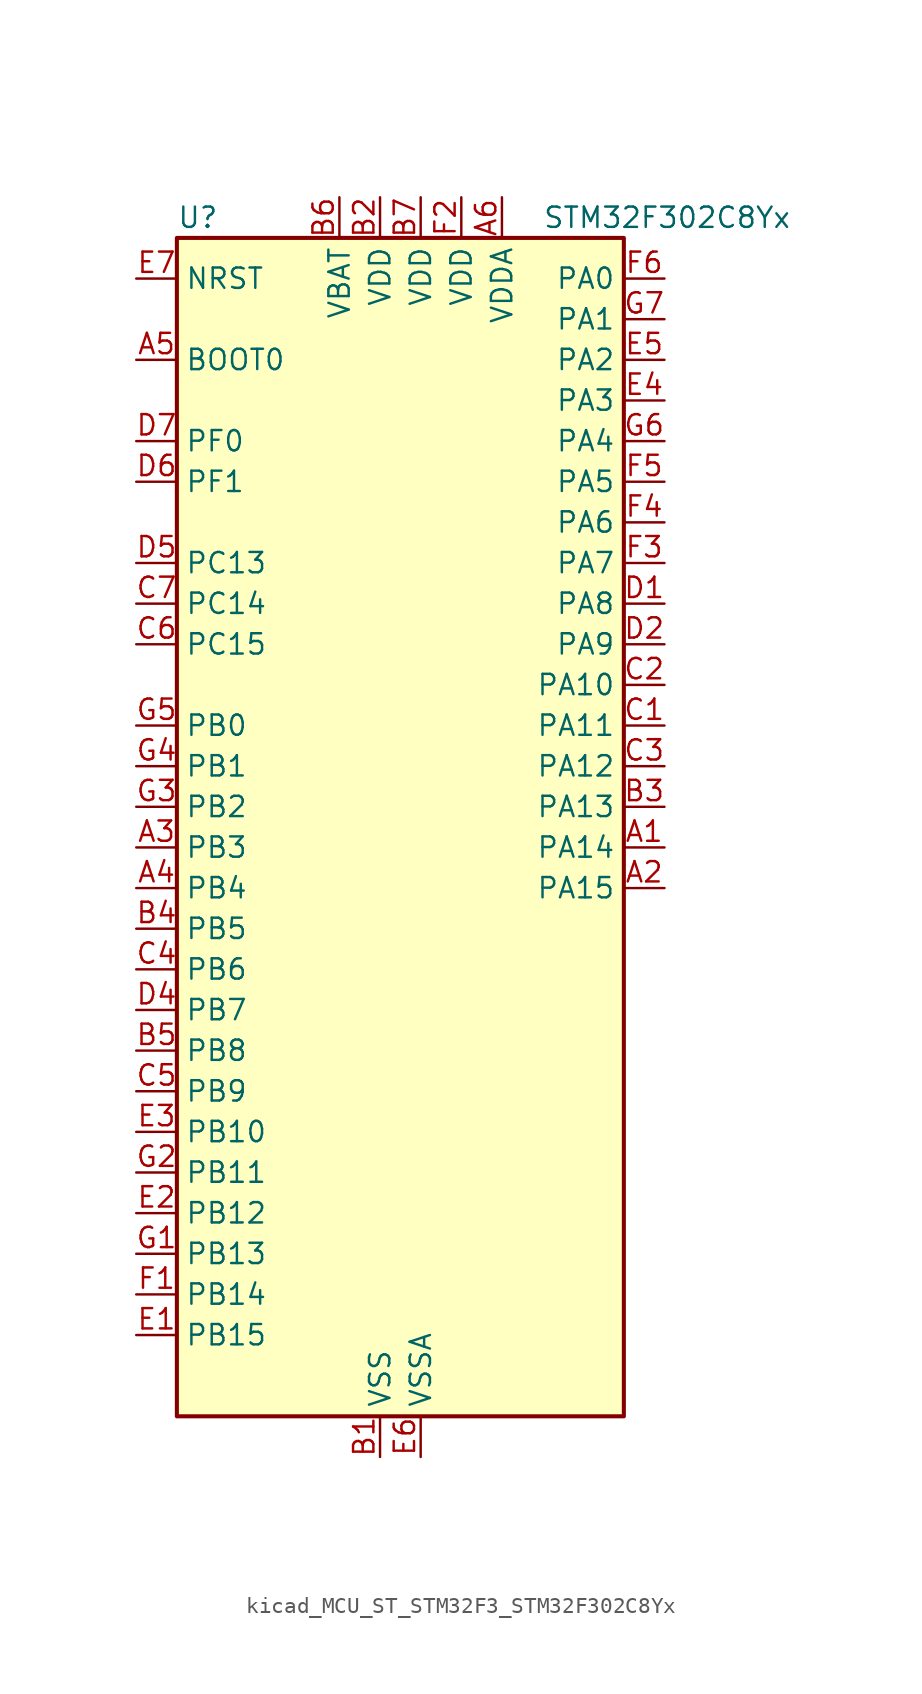
<source format=kicad_sym>
(kicad_symbol_lib
  (version 20220914)
  (generator kicad_symbol_editor)
  (symbol "kicad_MCU_ST_STM32F3_STM32F302C8Yx"
    (property "Reference" "U"
      (at -12.7 39.37 0)
      (effects (font (size 1.27 1.27)) (justify left)))
    (property "Value" "STM32F302C8Yx"
      (at 10.16 39.37 0)
      (effects (font (size 1.27 1.27)) (justify left)))
    (property "ki_locked" ""
      (at 0 0 0)
      (effects (font (size 1.27 1.27))))
    (symbol "kicad_MCU_ST_STM32F3_STM32F302C8Yx_0_1"
      (rectangle (start -12.7 -35.56) (end 15.24 38.1) (stroke (width 0.254) (type default)) (fill (type background))))
    (symbol "kicad_MCU_ST_STM32F3_STM32F302C8Yx_1_1"
      (pin bidirectional line (at 17.78 0 180) (length 2.54) (name "PA14" (effects (font (size 1.27 1.27)))) (number "A1" (effects (font (size 1.27 1.27)))) (alternate "I2C1_SDA" bidirectional line) (alternate "SYS_JTCK-SWCLK" bidirectional line) (alternate "TIM1_BKIN" bidirectional line) (alternate "TSC_G4_IO4" bidirectional line) (alternate "USART2_TX" bidirectional line))
      (pin bidirectional line (at 17.78 -2.54 180) (length 2.54) (name "PA15" (effects (font (size 1.27 1.27)))) (number "A2" (effects (font (size 1.27 1.27)))) (alternate "ADC1_EXTI15" bidirectional line) (alternate "I2C1_SCL" bidirectional line) (alternate "I2S3_WS" bidirectional line) (alternate "SPI3_NSS" bidirectional line) (alternate "SYS_JTDI" bidirectional line) (alternate "TIM1_BKIN" bidirectional line) (alternate "TIM2_CH1" bidirectional line) (alternate "TIM2_ETR" bidirectional line) (alternate "TSC_SYNC" bidirectional line) (alternate "USART2_RX" bidirectional line))
      (pin bidirectional line (at -15.24 0 0) (length 2.54) (name "PB3" (effects (font (size 1.27 1.27)))) (number "A3" (effects (font (size 1.27 1.27)))) (alternate "I2S3_CK" bidirectional line) (alternate "SPI3_SCK" bidirectional line) (alternate "SYS_JTDO-TRACESWO" bidirectional line) (alternate "TIM2_CH2" bidirectional line) (alternate "TSC_G5_IO1" bidirectional line) (alternate "USART2_TX" bidirectional line))
      (pin bidirectional line (at -15.24 -2.54 0) (length 2.54) (name "PB4" (effects (font (size 1.27 1.27)))) (number "A4" (effects (font (size 1.27 1.27)))) (alternate "I2S3_ext_SD" bidirectional line) (alternate "SPI3_MISO" bidirectional line) (alternate "SYS_NJTRST" bidirectional line) (alternate "TIM16_CH1" bidirectional line) (alternate "TIM17_BKIN" bidirectional line) (alternate "TSC_G5_IO2" bidirectional line) (alternate "USART2_RX" bidirectional line))
      (pin input line (at -15.24 30.48 0) (length 2.54) (name "BOOT0" (effects (font (size 1.27 1.27)))) (number "A5" (effects (font (size 1.27 1.27)))))
      (pin power_in line (at 7.62 40.64 270) (length 2.54) (name "VDDA" (effects (font (size 1.27 1.27)))) (number "A6" (effects (font (size 1.27 1.27)))))
      (pin no_connect line (at -12.7 -35.56 0) (length 2.54) hide (name "NC" (effects (font (size 1.27 1.27)))) (number "A7" (effects (font (size 1.27 1.27)))))
      (pin power_in line (at 0 -38.1 90) (length 2.54) (name "VSS" (effects (font (size 1.27 1.27)))) (number "B1" (effects (font (size 1.27 1.27)))))
      (pin power_in line (at 0 40.64 270) (length 2.54) (name "VDD" (effects (font (size 1.27 1.27)))) (number "B2" (effects (font (size 1.27 1.27)))))
      (pin bidirectional line (at 17.78 2.54 180) (length 2.54) (name "PA13" (effects (font (size 1.27 1.27)))) (number "B3" (effects (font (size 1.27 1.27)))) (alternate "IR_OUT" bidirectional line) (alternate "SYS_JTMS-SWDIO" bidirectional line) (alternate "TIM16_CH1N" bidirectional line) (alternate "TSC_G4_IO3" bidirectional line) (alternate "USART3_CTS" bidirectional line))
      (pin bidirectional line (at -15.24 -5.08 0) (length 2.54) (name "PB5" (effects (font (size 1.27 1.27)))) (number "B4" (effects (font (size 1.27 1.27)))) (alternate "I2C1_SMBA" bidirectional line) (alternate "I2C3_SDA" bidirectional line) (alternate "I2S3_SD" bidirectional line) (alternate "SPI3_MOSI" bidirectional line) (alternate "TIM16_BKIN" bidirectional line) (alternate "TIM17_CH1" bidirectional line) (alternate "USART2_CK" bidirectional line))
      (pin bidirectional line (at -15.24 -12.7 0) (length 2.54) (name "PB8" (effects (font (size 1.27 1.27)))) (number "B5" (effects (font (size 1.27 1.27)))) (alternate "CAN_RX" bidirectional line) (alternate "I2C1_SCL" bidirectional line) (alternate "TIM16_CH1" bidirectional line) (alternate "TIM1_BKIN" bidirectional line) (alternate "TSC_SYNC" bidirectional line) (alternate "USART3_RX" bidirectional line))
      (pin power_in line (at -2.54 40.64 270) (length 2.54) (name "VBAT" (effects (font (size 1.27 1.27)))) (number "B6" (effects (font (size 1.27 1.27)))))
      (pin power_in line (at 2.54 40.64 270) (length 2.54) (name "VDD" (effects (font (size 1.27 1.27)))) (number "B7" (effects (font (size 1.27 1.27)))))
      (pin bidirectional line (at 17.78 7.62 180) (length 2.54) (name "PA11" (effects (font (size 1.27 1.27)))) (number "C1" (effects (font (size 1.27 1.27)))) (alternate "ADC1_EXTI11" bidirectional line) (alternate "CAN_RX" bidirectional line) (alternate "I2S2_SD" bidirectional line) (alternate "SPI2_MOSI" bidirectional line) (alternate "TIM1_BKIN2" bidirectional line) (alternate "TIM1_CH1N" bidirectional line) (alternate "TIM1_CH4" bidirectional line) (alternate "USART1_CTS" bidirectional line) (alternate "USB_DM" bidirectional line))
      (pin bidirectional line (at 17.78 10.16 180) (length 2.54) (name "PA10" (effects (font (size 1.27 1.27)))) (number "C2" (effects (font (size 1.27 1.27)))) (alternate "COMP6_OUT" bidirectional line) (alternate "I2C2_SDA" bidirectional line) (alternate "I2S2_ext_SD" bidirectional line) (alternate "SPI2_MISO" bidirectional line) (alternate "TIM17_BKIN" bidirectional line) (alternate "TIM1_CH3" bidirectional line) (alternate "TIM2_CH4" bidirectional line) (alternate "TSC_G4_IO2" bidirectional line) (alternate "USART1_RX" bidirectional line))
      (pin bidirectional line (at 17.78 5.08 180) (length 2.54) (name "PA12" (effects (font (size 1.27 1.27)))) (number "C3" (effects (font (size 1.27 1.27)))) (alternate "CAN_TX" bidirectional line) (alternate "COMP2_OUT" bidirectional line) (alternate "I2S_CKIN" bidirectional line) (alternate "TIM16_CH1" bidirectional line) (alternate "TIM1_CH2N" bidirectional line) (alternate "TIM1_ETR" bidirectional line) (alternate "USART1_DE" bidirectional line) (alternate "USART1_RTS" bidirectional line) (alternate "USB_DP" bidirectional line))
      (pin bidirectional line (at -15.24 -7.62 0) (length 2.54) (name "PB6" (effects (font (size 1.27 1.27)))) (number "C4" (effects (font (size 1.27 1.27)))) (alternate "I2C1_SCL" bidirectional line) (alternate "TIM16_CH1N" bidirectional line) (alternate "TSC_G5_IO3" bidirectional line) (alternate "USART1_TX" bidirectional line))
      (pin bidirectional line (at -15.24 -15.24 0) (length 2.54) (name "PB9" (effects (font (size 1.27 1.27)))) (number "C5" (effects (font (size 1.27 1.27)))) (alternate "CAN_TX" bidirectional line) (alternate "COMP2_OUT" bidirectional line) (alternate "DAC_EXTI9" bidirectional line) (alternate "I2C1_SDA" bidirectional line) (alternate "IR_OUT" bidirectional line) (alternate "TIM17_CH1" bidirectional line) (alternate "USART3_TX" bidirectional line))
      (pin bidirectional line (at -15.24 12.7 0) (length 2.54) (name "PC15" (effects (font (size 1.27 1.27)))) (number "C6" (effects (font (size 1.27 1.27)))) (alternate "ADC1_EXTI15" bidirectional line) (alternate "RCC_OSC32_OUT" bidirectional line))
      (pin bidirectional line (at -15.24 15.24 0) (length 2.54) (name "PC14" (effects (font (size 1.27 1.27)))) (number "C7" (effects (font (size 1.27 1.27)))) (alternate "RCC_OSC32_IN" bidirectional line))
      (pin bidirectional line (at 17.78 15.24 180) (length 2.54) (name "PA8" (effects (font (size 1.27 1.27)))) (number "D1" (effects (font (size 1.27 1.27)))) (alternate "I2C2_SMBA" bidirectional line) (alternate "I2C3_SCL" bidirectional line) (alternate "I2S2_MCK" bidirectional line) (alternate "RCC_MCO" bidirectional line) (alternate "TIM1_CH1" bidirectional line) (alternate "USART1_CK" bidirectional line))
      (pin bidirectional line (at 17.78 12.7 180) (length 2.54) (name "PA9" (effects (font (size 1.27 1.27)))) (number "D2" (effects (font (size 1.27 1.27)))) (alternate "DAC_EXTI9" bidirectional line) (alternate "I2C2_SCL" bidirectional line) (alternate "I2C3_SMBA" bidirectional line) (alternate "I2S3_MCK" bidirectional line) (alternate "TIM15_BKIN" bidirectional line) (alternate "TIM1_CH2" bidirectional line) (alternate "TIM2_CH3" bidirectional line) (alternate "TSC_G4_IO1" bidirectional line) (alternate "USART1_TX" bidirectional line))
      (pin passive line (at 0 -38.1 90) (length 2.54) hide (name "VSS" (effects (font (size 1.27 1.27)))) (number "D3" (effects (font (size 1.27 1.27)))))
      (pin bidirectional line (at -15.24 -10.16 0) (length 2.54) (name "PB7" (effects (font (size 1.27 1.27)))) (number "D4" (effects (font (size 1.27 1.27)))) (alternate "I2C1_SDA" bidirectional line) (alternate "TIM17_CH1N" bidirectional line) (alternate "TSC_G5_IO4" bidirectional line) (alternate "USART1_RX" bidirectional line))
      (pin bidirectional line (at -15.24 17.78 0) (length 2.54) (name "PC13" (effects (font (size 1.27 1.27)))) (number "D5" (effects (font (size 1.27 1.27)))) (alternate "RTC_OUT_ALARM" bidirectional line) (alternate "RTC_OUT_CALIB" bidirectional line) (alternate "RTC_TAMP1" bidirectional line) (alternate "RTC_TS" bidirectional line) (alternate "SYS_WKUP2" bidirectional line) (alternate "TIM1_CH1N" bidirectional line))
      (pin bidirectional line (at -15.24 22.86 0) (length 2.54) (name "PF1" (effects (font (size 1.27 1.27)))) (number "D6" (effects (font (size 1.27 1.27)))) (alternate "I2C2_SCL" bidirectional line) (alternate "I2S2_CK" bidirectional line) (alternate "RCC_OSC_OUT" bidirectional line) (alternate "SPI2_SCK" bidirectional line))
      (pin bidirectional line (at -15.24 25.4 0) (length 2.54) (name "PF0" (effects (font (size 1.27 1.27)))) (number "D7" (effects (font (size 1.27 1.27)))) (alternate "I2C2_SDA" bidirectional line) (alternate "I2S2_WS" bidirectional line) (alternate "RCC_OSC_IN" bidirectional line) (alternate "SPI2_NSS" bidirectional line) (alternate "TIM1_CH3N" bidirectional line))
      (pin bidirectional line (at -15.24 -30.48 0) (length 2.54) (name "PB15" (effects (font (size 1.27 1.27)))) (number "E1" (effects (font (size 1.27 1.27)))) (alternate "ADC1_EXTI15" bidirectional line) (alternate "COMP6_INM" bidirectional line) (alternate "I2S2_SD" bidirectional line) (alternate "RTC_REFIN" bidirectional line) (alternate "SPI2_MOSI" bidirectional line) (alternate "TIM15_CH1N" bidirectional line) (alternate "TIM15_CH2" bidirectional line) (alternate "TIM1_CH3N" bidirectional line))
      (pin bidirectional line (at -15.24 -22.86 0) (length 2.54) (name "PB12" (effects (font (size 1.27 1.27)))) (number "E2" (effects (font (size 1.27 1.27)))) (alternate "I2C2_SMBA" bidirectional line) (alternate "I2S2_WS" bidirectional line) (alternate "SPI2_NSS" bidirectional line) (alternate "TIM1_BKIN" bidirectional line) (alternate "TSC_G6_IO2" bidirectional line) (alternate "USART3_CK" bidirectional line))
      (pin bidirectional line (at -15.24 -17.78 0) (length 2.54) (name "PB10" (effects (font (size 1.27 1.27)))) (number "E3" (effects (font (size 1.27 1.27)))) (alternate "TIM2_CH3" bidirectional line) (alternate "TSC_SYNC" bidirectional line) (alternate "USART3_TX" bidirectional line))
      (pin bidirectional line (at 17.78 27.94 180) (length 2.54) (name "PA3" (effects (font (size 1.27 1.27)))) (number "E4" (effects (font (size 1.27 1.27)))) (alternate "ADC1_IN4" bidirectional line) (alternate "TIM15_CH2" bidirectional line) (alternate "TIM2_CH4" bidirectional line) (alternate "TSC_G1_IO4" bidirectional line) (alternate "USART2_RX" bidirectional line))
      (pin bidirectional line (at 17.78 30.48 180) (length 2.54) (name "PA2" (effects (font (size 1.27 1.27)))) (number "E5" (effects (font (size 1.27 1.27)))) (alternate "ADC1_IN3" bidirectional line) (alternate "COMP2_INM" bidirectional line) (alternate "COMP2_OUT" bidirectional line) (alternate "TIM15_CH1" bidirectional line) (alternate "TIM2_CH3" bidirectional line) (alternate "TSC_G1_IO3" bidirectional line) (alternate "USART2_TX" bidirectional line))
      (pin power_in line (at 2.54 -38.1 90) (length 2.54) (name "VSSA" (effects (font (size 1.27 1.27)))) (number "E6" (effects (font (size 1.27 1.27)))))
      (pin input line (at -15.24 35.56 0) (length 2.54) (name "NRST" (effects (font (size 1.27 1.27)))) (number "E7" (effects (font (size 1.27 1.27)))))
      (pin bidirectional line (at -15.24 -27.94 0) (length 2.54) (name "PB14" (effects (font (size 1.27 1.27)))) (number "F1" (effects (font (size 1.27 1.27)))) (alternate "I2S2_ext_SD" bidirectional line) (alternate "OPAMP2_VINP" bidirectional line) (alternate "OPAMP2_VINP_SEC" bidirectional line) (alternate "SPI2_MISO" bidirectional line) (alternate "TIM15_CH1" bidirectional line) (alternate "TIM1_CH2N" bidirectional line) (alternate "TSC_G6_IO4" bidirectional line) (alternate "USART3_DE" bidirectional line) (alternate "USART3_RTS" bidirectional line))
      (pin power_in line (at 5.08 40.64 270) (length 2.54) (name "VDD" (effects (font (size 1.27 1.27)))) (number "F2" (effects (font (size 1.27 1.27)))))
      (pin bidirectional line (at 17.78 17.78 180) (length 2.54) (name "PA7" (effects (font (size 1.27 1.27)))) (number "F3" (effects (font (size 1.27 1.27)))) (alternate "ADC1_IN15" bidirectional line) (alternate "COMP2_INP" bidirectional line) (alternate "OPAMP2_VINP" bidirectional line) (alternate "OPAMP2_VINP_SEC" bidirectional line) (alternate "TIM17_CH1" bidirectional line) (alternate "TIM1_CH1N" bidirectional line) (alternate "TSC_G2_IO4" bidirectional line))
      (pin bidirectional line (at 17.78 20.32 180) (length 2.54) (name "PA6" (effects (font (size 1.27 1.27)))) (number "F4" (effects (font (size 1.27 1.27)))) (alternate "ADC1_IN10" bidirectional line) (alternate "OPAMP2_VOUT" bidirectional line) (alternate "TIM16_CH1" bidirectional line) (alternate "TIM1_BKIN" bidirectional line) (alternate "TSC_G2_IO3" bidirectional line))
      (pin bidirectional line (at 17.78 22.86 180) (length 2.54) (name "PA5" (effects (font (size 1.27 1.27)))) (number "F5" (effects (font (size 1.27 1.27)))) (alternate "OPAMP2_VINM" bidirectional line) (alternate "OPAMP2_VINM_SEC" bidirectional line) (alternate "TIM2_CH1" bidirectional line) (alternate "TIM2_ETR" bidirectional line) (alternate "TSC_G2_IO2" bidirectional line))
      (pin bidirectional line (at 17.78 35.56 180) (length 2.54) (name "PA0" (effects (font (size 1.27 1.27)))) (number "F6" (effects (font (size 1.27 1.27)))) (alternate "ADC1_IN1" bidirectional line) (alternate "RTC_TAMP2" bidirectional line) (alternate "SYS_WKUP1" bidirectional line) (alternate "TIM2_CH1" bidirectional line) (alternate "TIM2_ETR" bidirectional line) (alternate "TSC_G1_IO1" bidirectional line) (alternate "USART2_CTS" bidirectional line))
      (pin passive line (at 0 -38.1 90) (length 2.54) hide (name "VSS" (effects (font (size 1.27 1.27)))) (number "F7" (effects (font (size 1.27 1.27)))))
      (pin bidirectional line (at -15.24 -25.4 0) (length 2.54) (name "PB13" (effects (font (size 1.27 1.27)))) (number "G1" (effects (font (size 1.27 1.27)))) (alternate "ADC1_IN13" bidirectional line) (alternate "I2S2_CK" bidirectional line) (alternate "SPI2_SCK" bidirectional line) (alternate "TIM1_CH1N" bidirectional line) (alternate "TSC_G6_IO3" bidirectional line) (alternate "USART3_CTS" bidirectional line))
      (pin bidirectional line (at -15.24 -20.32 0) (length 2.54) (name "PB11" (effects (font (size 1.27 1.27)))) (number "G2" (effects (font (size 1.27 1.27)))) (alternate "ADC1_EXTI11" bidirectional line) (alternate "ADC1_IN14" bidirectional line) (alternate "COMP6_INP" bidirectional line) (alternate "TIM2_CH4" bidirectional line) (alternate "TSC_G6_IO1" bidirectional line) (alternate "USART3_RX" bidirectional line))
      (pin bidirectional line (at -15.24 2.54 0) (length 2.54) (name "PB2" (effects (font (size 1.27 1.27)))) (number "G3" (effects (font (size 1.27 1.27)))) (alternate "COMP4_INM" bidirectional line) (alternate "TSC_G3_IO4" bidirectional line))
      (pin bidirectional line (at -15.24 5.08 0) (length 2.54) (name "PB1" (effects (font (size 1.27 1.27)))) (number "G4" (effects (font (size 1.27 1.27)))) (alternate "ADC1_IN12" bidirectional line) (alternate "COMP4_OUT" bidirectional line) (alternate "TIM1_CH3N" bidirectional line) (alternate "TSC_G3_IO3" bidirectional line))
      (pin bidirectional line (at -15.24 7.62 0) (length 2.54) (name "PB0" (effects (font (size 1.27 1.27)))) (number "G5" (effects (font (size 1.27 1.27)))) (alternate "ADC1_IN11" bidirectional line) (alternate "COMP4_INP" bidirectional line) (alternate "OPAMP2_VINP" bidirectional line) (alternate "OPAMP2_VINP_SEC" bidirectional line) (alternate "TIM1_CH2N" bidirectional line) (alternate "TSC_G3_IO2" bidirectional line))
      (pin bidirectional line (at 17.78 25.4 180) (length 2.54) (name "PA4" (effects (font (size 1.27 1.27)))) (number "G6" (effects (font (size 1.27 1.27)))) (alternate "ADC1_IN5" bidirectional line) (alternate "COMP2_INM" bidirectional line) (alternate "COMP4_INM" bidirectional line) (alternate "COMP6_INM" bidirectional line) (alternate "DAC_OUT1" bidirectional line) (alternate "I2S3_WS" bidirectional line) (alternate "SPI3_NSS" bidirectional line) (alternate "TSC_G2_IO1" bidirectional line) (alternate "USART2_CK" bidirectional line))
      (pin bidirectional line (at 17.78 33.02 180) (length 2.54) (name "PA1" (effects (font (size 1.27 1.27)))) (number "G7" (effects (font (size 1.27 1.27)))) (alternate "ADC1_IN2" bidirectional line) (alternate "RTC_REFIN" bidirectional line) (alternate "TIM15_CH1N" bidirectional line) (alternate "TIM2_CH2" bidirectional line) (alternate "TSC_G1_IO2" bidirectional line) (alternate "USART2_DE" bidirectional line) (alternate "USART2_RTS" bidirectional line)))))
</source>
